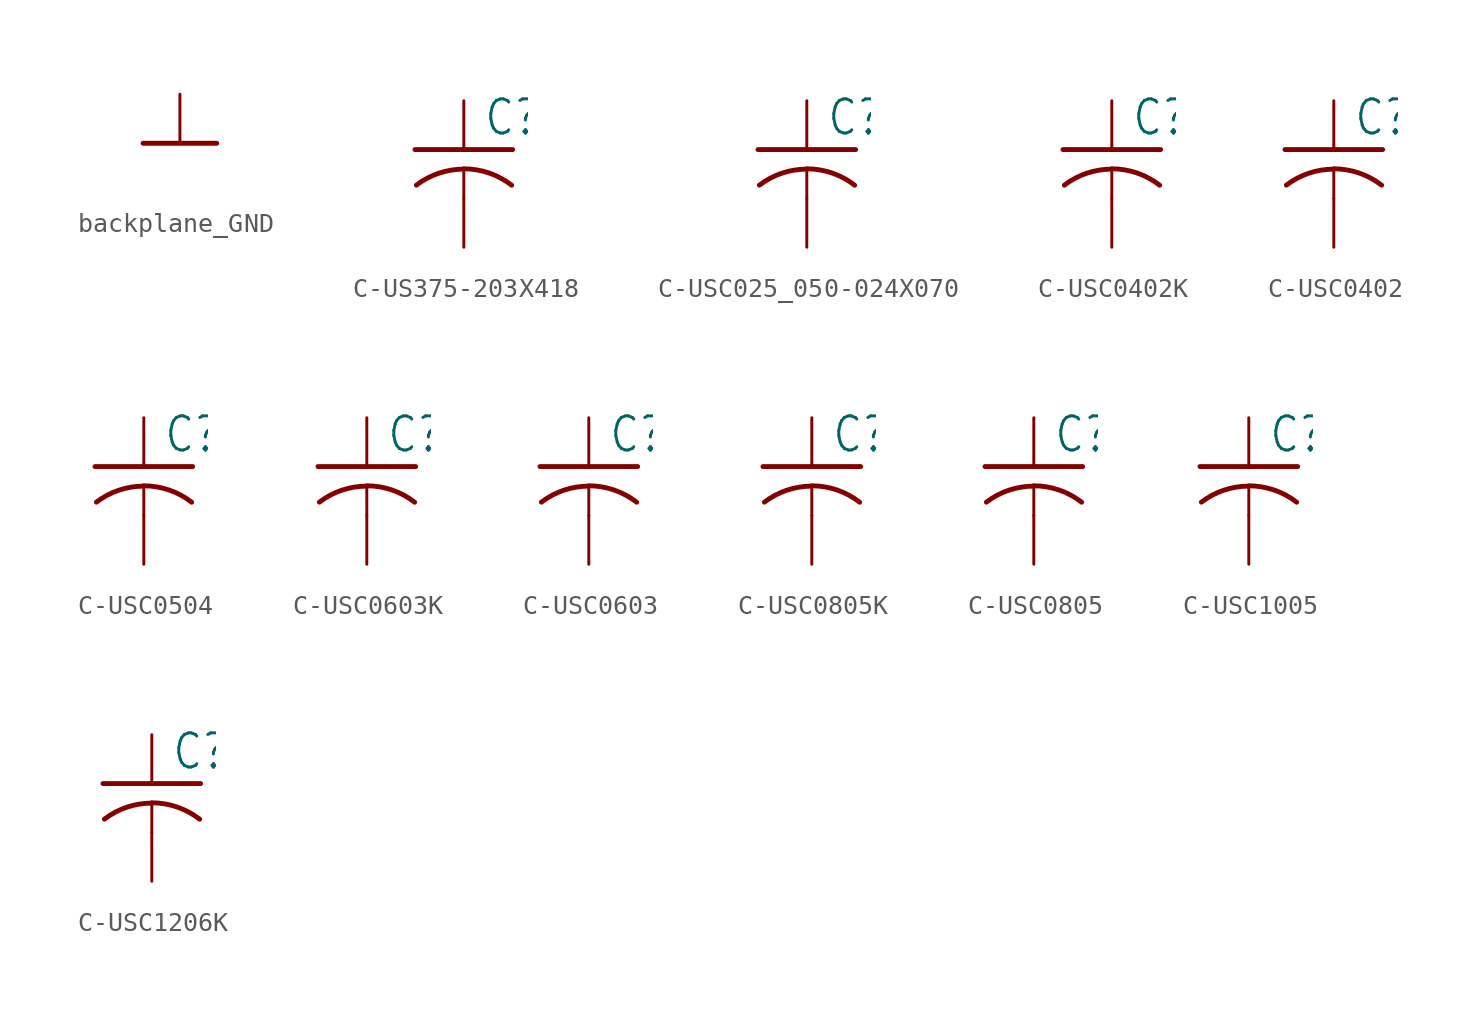
<source format=kicad_sym>
(kicad_symbol_lib
  (version 20231120)
  (generator "kicad_symbol_editor")
  (generator_version "8.0")
  (symbol "backplane_GND"
    (power)
    (property "Reference" "#GND"
      (at 0 0 0)
      (effects (font (size 1.27 1.27)) (hide yes)))
    (property "Value" ""
      (at -2.54 -2.54 0)
      (effects (font (size 1.778 1.511)) (justify left bottom)))
    (property "ki_locked" ""
      (at 0 0 0)
      (effects (font (size 1.27 1.27))))
    (symbol "backplane_GND_1_0"
      (polyline (pts (xy -1.905 0) (xy 1.905 0)) (stroke (width 0.254) (type solid)) (fill (type none)))
      (pin power_in line (at 0 2.54 270) (length 2.54) (name "GND" (effects (font (size 0 0)))) (number "1" (effects (font (size 0 0)))))))
  (symbol "C-US375-203X418"
    (property "Reference" "C"
      (at 1.016 0.635 0)
      (effects (font (size 1.778 1.511)) (justify left bottom)))
    (property "Value" ""
      (at 1.016 -4.191 0)
      (effects (font (size 1.778 1.511)) (justify left bottom)))
    (property "ki_locked" ""
      (at 0 0 0)
      (effects (font (size 1.27 1.27))))
    (symbol "C-US375-203X418_1_0"
      (arc (start 0 -1.0161) (mid -1.302 -1.2303) (end -2.4668 -1.8504) (stroke (width 0.254) (type solid)) (fill (type none)))
      (polyline (pts (xy -2.54 0) (xy 2.54 0)) (stroke (width 0.254) (type solid)) (fill (type none)))
      (polyline (pts (xy 0 -1.016) (xy 0 -2.54)) (stroke (width 0.152) (type solid)) (fill (type none)))
      (polyline (pts (xy 0 -1.016) (xy 0 -1.016)) (stroke (width 0.152) (type solid)) (fill (type none)))
      (arc (start 2.4892 -1.8541) (mid 1.3158 -1.2194) (end 0 -1) (stroke (width 0.254) (type solid)) (fill (type none)))
      (pin passive line (at 0 2.54 270) (length 2.54) (name "1" (effects (font (size 0 0)))) (number "1" (effects (font (size 0 0)))))
      (pin passive line (at 0 -5.08 90) (length 2.54) (name "2" (effects (font (size 0 0)))) (number "2" (effects (font (size 0 0)))))))
  (symbol "C-USC025_050-024X070"
    (property "Reference" "C"
      (at 1.016 0.635 0)
      (effects (font (size 1.778 1.511)) (justify left bottom)))
    (property "Value" ""
      (at 1.016 -4.191 0)
      (effects (font (size 1.778 1.511)) (justify left bottom)))
    (property "ki_locked" ""
      (at 0 0 0)
      (effects (font (size 1.27 1.27))))
    (symbol "C-USC025_050-024X070_1_0"
      (arc (start 0 -1.0161) (mid -1.302 -1.2303) (end -2.4668 -1.8504) (stroke (width 0.254) (type solid)) (fill (type none)))
      (polyline (pts (xy -2.54 0) (xy 2.54 0)) (stroke (width 0.254) (type solid)) (fill (type none)))
      (polyline (pts (xy 0 -1.016) (xy 0 -2.54)) (stroke (width 0.152) (type solid)) (fill (type none)))
      (polyline (pts (xy 0 -1.016) (xy 0 -1.016)) (stroke (width 0.152) (type solid)) (fill (type none)))
      (arc (start 2.4892 -1.8541) (mid 1.3158 -1.2194) (end 0 -1) (stroke (width 0.254) (type solid)) (fill (type none)))
      (pin passive line (at 0 2.54 270) (length 2.54) (name "1" (effects (font (size 0 0)))) (number "1" (effects (font (size 0 0)))))
      (pin passive line (at 0 -5.08 90) (length 2.54) (name "2" (effects (font (size 0 0)))) (number "2" (effects (font (size 0 0)))))))
  (symbol "C-USC0402K"
    (property "Reference" "C"
      (at 1.016 0.635 0)
      (effects (font (size 1.778 1.511)) (justify left bottom)))
    (property "Value" ""
      (at 1.016 -4.191 0)
      (effects (font (size 1.778 1.511)) (justify left bottom)))
    (property "ki_locked" ""
      (at 0 0 0)
      (effects (font (size 1.27 1.27))))
    (symbol "C-USC0402K_1_0"
      (arc (start 0 -1.0161) (mid -1.302 -1.2303) (end -2.4668 -1.8504) (stroke (width 0.254) (type solid)) (fill (type none)))
      (polyline (pts (xy -2.54 0) (xy 2.54 0)) (stroke (width 0.254) (type solid)) (fill (type none)))
      (polyline (pts (xy 0 -1.016) (xy 0 -2.54)) (stroke (width 0.152) (type solid)) (fill (type none)))
      (polyline (pts (xy 0 -1.016) (xy 0 -1.016)) (stroke (width 0.152) (type solid)) (fill (type none)))
      (arc (start 2.4892 -1.8541) (mid 1.3158 -1.2194) (end 0 -1) (stroke (width 0.254) (type solid)) (fill (type none)))
      (pin passive line (at 0 2.54 270) (length 2.54) (name "1" (effects (font (size 0 0)))) (number "1" (effects (font (size 0 0)))))
      (pin passive line (at 0 -5.08 90) (length 2.54) (name "2" (effects (font (size 0 0)))) (number "2" (effects (font (size 0 0)))))))
  (symbol "C-USC0402"
    (property "Reference" "C"
      (at 1.016 0.635 0)
      (effects (font (size 1.778 1.511)) (justify left bottom)))
    (property "Value" ""
      (at 1.016 -4.191 0)
      (effects (font (size 1.778 1.511)) (justify left bottom)))
    (property "ki_locked" ""
      (at 0 0 0)
      (effects (font (size 1.27 1.27))))
    (symbol "C-USC0402_1_0"
      (arc (start 0 -1.0161) (mid -1.302 -1.2303) (end -2.4668 -1.8504) (stroke (width 0.254) (type solid)) (fill (type none)))
      (polyline (pts (xy -2.54 0) (xy 2.54 0)) (stroke (width 0.254) (type solid)) (fill (type none)))
      (polyline (pts (xy 0 -1.016) (xy 0 -2.54)) (stroke (width 0.152) (type solid)) (fill (type none)))
      (polyline (pts (xy 0 -1.016) (xy 0 -1.016)) (stroke (width 0.152) (type solid)) (fill (type none)))
      (arc (start 2.4892 -1.8541) (mid 1.3158 -1.2194) (end 0 -1) (stroke (width 0.254) (type solid)) (fill (type none)))
      (pin passive line (at 0 2.54 270) (length 2.54) (name "1" (effects (font (size 0 0)))) (number "1" (effects (font (size 0 0)))))
      (pin passive line (at 0 -5.08 90) (length 2.54) (name "2" (effects (font (size 0 0)))) (number "2" (effects (font (size 0 0)))))))
  (symbol "C-USC0504"
    (property "Reference" "C"
      (at 1.016 0.635 0)
      (effects (font (size 1.778 1.511)) (justify left bottom)))
    (property "Value" ""
      (at 1.016 -4.191 0)
      (effects (font (size 1.778 1.511)) (justify left bottom)))
    (property "ki_locked" ""
      (at 0 0 0)
      (effects (font (size 1.27 1.27))))
    (symbol "C-USC0504_1_0"
      (arc (start 0 -1.0161) (mid -1.302 -1.2303) (end -2.4668 -1.8504) (stroke (width 0.254) (type solid)) (fill (type none)))
      (polyline (pts (xy -2.54 0) (xy 2.54 0)) (stroke (width 0.254) (type solid)) (fill (type none)))
      (polyline (pts (xy 0 -1.016) (xy 0 -2.54)) (stroke (width 0.152) (type solid)) (fill (type none)))
      (polyline (pts (xy 0 -1.016) (xy 0 -1.016)) (stroke (width 0.152) (type solid)) (fill (type none)))
      (arc (start 2.4892 -1.8541) (mid 1.3158 -1.2194) (end 0 -1) (stroke (width 0.254) (type solid)) (fill (type none)))
      (pin passive line (at 0 2.54 270) (length 2.54) (name "1" (effects (font (size 0 0)))) (number "1" (effects (font (size 0 0)))))
      (pin passive line (at 0 -5.08 90) (length 2.54) (name "2" (effects (font (size 0 0)))) (number "2" (effects (font (size 0 0)))))))
  (symbol "C-USC0603K"
    (property "Reference" "C"
      (at 1.016 0.635 0)
      (effects (font (size 1.778 1.511)) (justify left bottom)))
    (property "Value" ""
      (at 1.016 -4.191 0)
      (effects (font (size 1.778 1.511)) (justify left bottom)))
    (property "ki_locked" ""
      (at 0 0 0)
      (effects (font (size 1.27 1.27))))
    (symbol "C-USC0603K_1_0"
      (arc (start 0 -1.0161) (mid -1.302 -1.2303) (end -2.4668 -1.8504) (stroke (width 0.254) (type solid)) (fill (type none)))
      (polyline (pts (xy -2.54 0) (xy 2.54 0)) (stroke (width 0.254) (type solid)) (fill (type none)))
      (polyline (pts (xy 0 -1.016) (xy 0 -2.54)) (stroke (width 0.152) (type solid)) (fill (type none)))
      (polyline (pts (xy 0 -1.016) (xy 0 -1.016)) (stroke (width 0.152) (type solid)) (fill (type none)))
      (arc (start 2.4892 -1.8541) (mid 1.3158 -1.2194) (end 0 -1) (stroke (width 0.254) (type solid)) (fill (type none)))
      (pin passive line (at 0 2.54 270) (length 2.54) (name "1" (effects (font (size 0 0)))) (number "1" (effects (font (size 0 0)))))
      (pin passive line (at 0 -5.08 90) (length 2.54) (name "2" (effects (font (size 0 0)))) (number "2" (effects (font (size 0 0)))))))
  (symbol "C-USC0603"
    (property "Reference" "C"
      (at 1.016 0.635 0)
      (effects (font (size 1.778 1.511)) (justify left bottom)))
    (property "Value" ""
      (at 1.016 -4.191 0)
      (effects (font (size 1.778 1.511)) (justify left bottom)))
    (property "ki_locked" ""
      (at 0 0 0)
      (effects (font (size 1.27 1.27))))
    (symbol "C-USC0603_1_0"
      (arc (start 0 -1.0161) (mid -1.302 -1.2303) (end -2.4668 -1.8504) (stroke (width 0.254) (type solid)) (fill (type none)))
      (polyline (pts (xy -2.54 0) (xy 2.54 0)) (stroke (width 0.254) (type solid)) (fill (type none)))
      (polyline (pts (xy 0 -1.016) (xy 0 -2.54)) (stroke (width 0.152) (type solid)) (fill (type none)))
      (polyline (pts (xy 0 -1.016) (xy 0 -1.016)) (stroke (width 0.152) (type solid)) (fill (type none)))
      (arc (start 2.4892 -1.8541) (mid 1.3158 -1.2194) (end 0 -1) (stroke (width 0.254) (type solid)) (fill (type none)))
      (pin passive line (at 0 2.54 270) (length 2.54) (name "1" (effects (font (size 0 0)))) (number "1" (effects (font (size 0 0)))))
      (pin passive line (at 0 -5.08 90) (length 2.54) (name "2" (effects (font (size 0 0)))) (number "2" (effects (font (size 0 0)))))))
  (symbol "C-USC0805K"
    (property "Reference" "C"
      (at 1.016 0.635 0)
      (effects (font (size 1.778 1.511)) (justify left bottom)))
    (property "Value" ""
      (at 1.016 -4.191 0)
      (effects (font (size 1.778 1.511)) (justify left bottom)))
    (property "ki_locked" ""
      (at 0 0 0)
      (effects (font (size 1.27 1.27))))
    (symbol "C-USC0805K_1_0"
      (arc (start 0 -1.0161) (mid -1.302 -1.2303) (end -2.4668 -1.8504) (stroke (width 0.254) (type solid)) (fill (type none)))
      (polyline (pts (xy -2.54 0) (xy 2.54 0)) (stroke (width 0.254) (type solid)) (fill (type none)))
      (polyline (pts (xy 0 -1.016) (xy 0 -2.54)) (stroke (width 0.152) (type solid)) (fill (type none)))
      (polyline (pts (xy 0 -1.016) (xy 0 -1.016)) (stroke (width 0.152) (type solid)) (fill (type none)))
      (arc (start 2.4892 -1.8541) (mid 1.3158 -1.2194) (end 0 -1) (stroke (width 0.254) (type solid)) (fill (type none)))
      (pin passive line (at 0 2.54 270) (length 2.54) (name "1" (effects (font (size 0 0)))) (number "1" (effects (font (size 0 0)))))
      (pin passive line (at 0 -5.08 90) (length 2.54) (name "2" (effects (font (size 0 0)))) (number "2" (effects (font (size 0 0)))))))
  (symbol "C-USC0805"
    (property "Reference" "C"
      (at 1.016 0.635 0)
      (effects (font (size 1.778 1.511)) (justify left bottom)))
    (property "Value" ""
      (at 1.016 -4.191 0)
      (effects (font (size 1.778 1.511)) (justify left bottom)))
    (property "ki_locked" ""
      (at 0 0 0)
      (effects (font (size 1.27 1.27))))
    (symbol "C-USC0805_1_0"
      (arc (start 0 -1.0161) (mid -1.302 -1.2303) (end -2.4668 -1.8504) (stroke (width 0.254) (type solid)) (fill (type none)))
      (polyline (pts (xy -2.54 0) (xy 2.54 0)) (stroke (width 0.254) (type solid)) (fill (type none)))
      (polyline (pts (xy 0 -1.016) (xy 0 -2.54)) (stroke (width 0.152) (type solid)) (fill (type none)))
      (polyline (pts (xy 0 -1.016) (xy 0 -1.016)) (stroke (width 0.152) (type solid)) (fill (type none)))
      (arc (start 2.4892 -1.8541) (mid 1.3158 -1.2194) (end 0 -1) (stroke (width 0.254) (type solid)) (fill (type none)))
      (pin passive line (at 0 2.54 270) (length 2.54) (name "1" (effects (font (size 0 0)))) (number "1" (effects (font (size 0 0)))))
      (pin passive line (at 0 -5.08 90) (length 2.54) (name "2" (effects (font (size 0 0)))) (number "2" (effects (font (size 0 0)))))))
  (symbol "C-USC1005"
    (property "Reference" "C"
      (at 1.016 0.635 0)
      (effects (font (size 1.778 1.511)) (justify left bottom)))
    (property "Value" ""
      (at 1.016 -4.191 0)
      (effects (font (size 1.778 1.511)) (justify left bottom)))
    (property "ki_locked" ""
      (at 0 0 0)
      (effects (font (size 1.27 1.27))))
    (symbol "C-USC1005_1_0"
      (arc (start 0 -1.0161) (mid -1.302 -1.2303) (end -2.4668 -1.8504) (stroke (width 0.254) (type solid)) (fill (type none)))
      (polyline (pts (xy -2.54 0) (xy 2.54 0)) (stroke (width 0.254) (type solid)) (fill (type none)))
      (polyline (pts (xy 0 -1.016) (xy 0 -2.54)) (stroke (width 0.152) (type solid)) (fill (type none)))
      (polyline (pts (xy 0 -1.016) (xy 0 -1.016)) (stroke (width 0.152) (type solid)) (fill (type none)))
      (arc (start 2.4892 -1.8541) (mid 1.3158 -1.2194) (end 0 -1) (stroke (width 0.254) (type solid)) (fill (type none)))
      (pin passive line (at 0 2.54 270) (length 2.54) (name "1" (effects (font (size 0 0)))) (number "1" (effects (font (size 0 0)))))
      (pin passive line (at 0 -5.08 90) (length 2.54) (name "2" (effects (font (size 0 0)))) (number "2" (effects (font (size 0 0)))))))
  (symbol "C-USC1206K"
    (property "Reference" "C"
      (at 1.016 0.635 0)
      (effects (font (size 1.778 1.511)) (justify left bottom)))
    (property "Value" ""
      (at 1.016 -4.191 0)
      (effects (font (size 1.778 1.511)) (justify left bottom)))
    (property "ki_locked" ""
      (at 0 0 0)
      (effects (font (size 1.27 1.27))))
    (symbol "C-USC1206K_1_0"
      (arc (start 0 -1.0161) (mid -1.302 -1.2303) (end -2.4668 -1.8504) (stroke (width 0.254) (type solid)) (fill (type none)))
      (polyline (pts (xy -2.54 0) (xy 2.54 0)) (stroke (width 0.254) (type solid)) (fill (type none)))
      (polyline (pts (xy 0 -1.016) (xy 0 -2.54)) (stroke (width 0.152) (type solid)) (fill (type none)))
      (polyline (pts (xy 0 -1.016) (xy 0 -1.016)) (stroke (width 0.152) (type solid)) (fill (type none)))
      (arc (start 2.4892 -1.8541) (mid 1.3158 -1.2194) (end 0 -1) (stroke (width 0.254) (type solid)) (fill (type none)))
      (pin passive line (at 0 2.54 270) (length 2.54) (name "1" (effects (font (size 0 0)))) (number "1" (effects (font (size 0 0)))))
      (pin passive line (at 0 -5.08 90) (length 2.54) (name "2" (effects (font (size 0 0)))) (number "2" (effects (font (size 0 0))))))))
</source>
